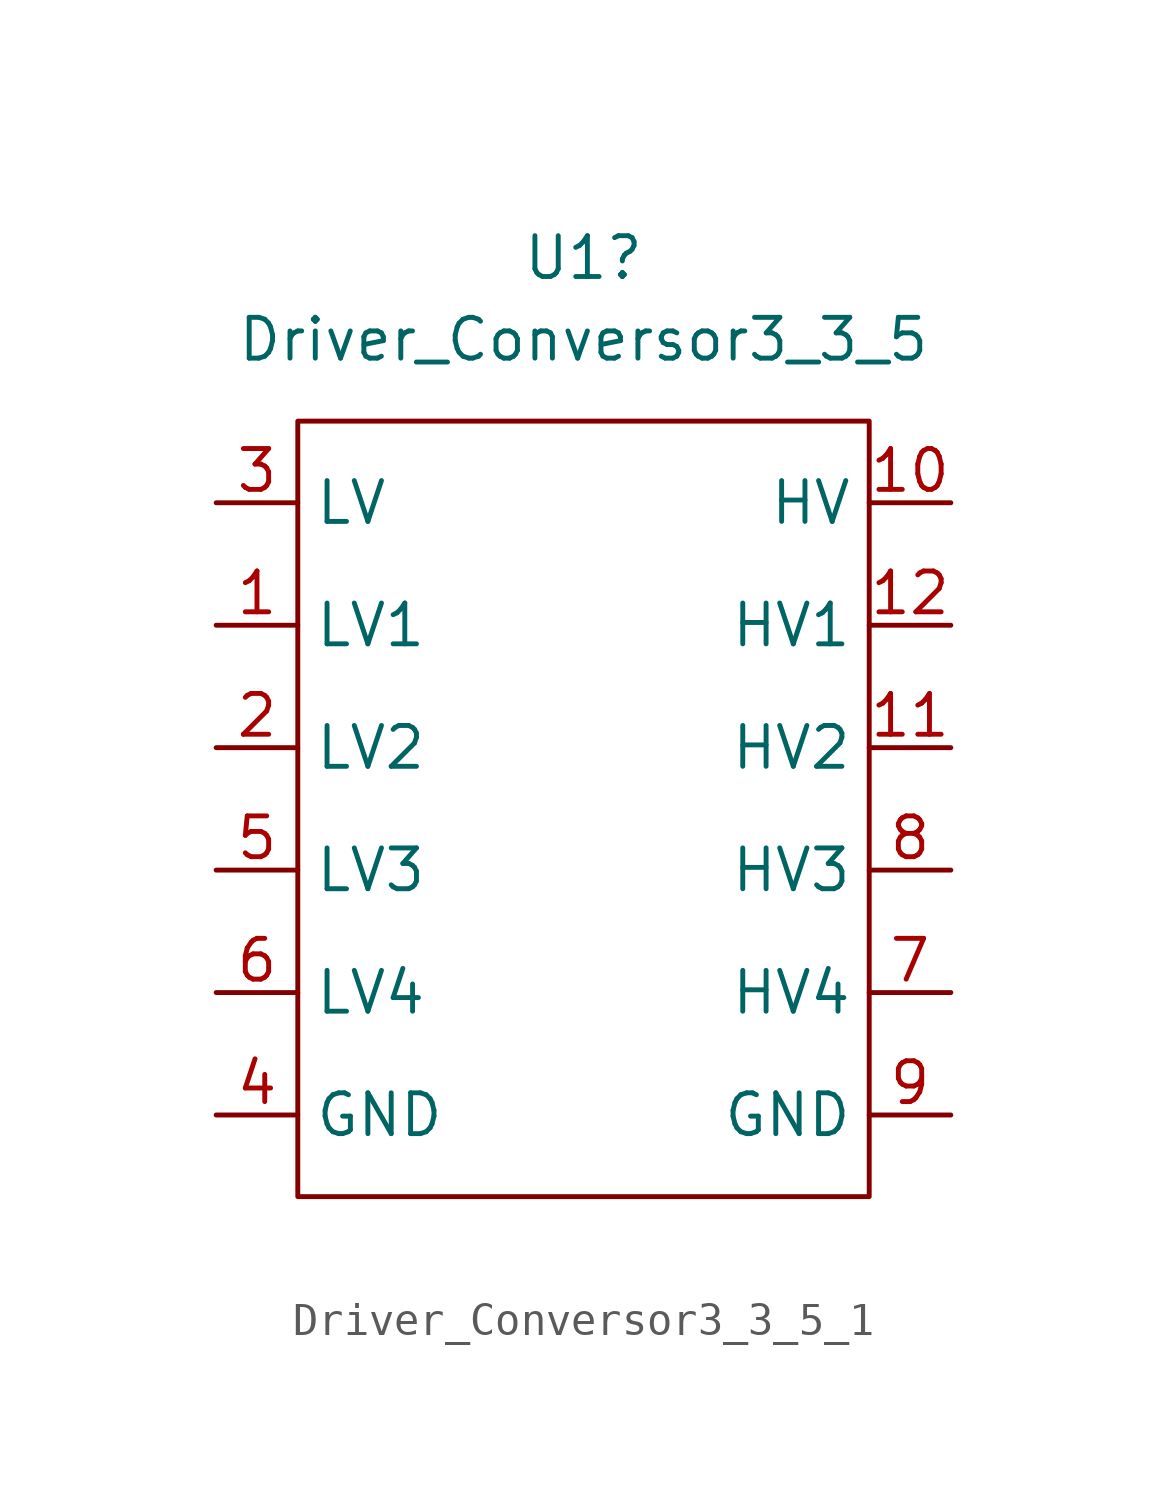
<source format=kicad_sym>
(kicad_symbol_lib
  (version 20211014)
  (generator kicad_symbol_editor)
  (symbol "Driver_Conversor3_3_5_1"
    (property "Reference" "U1"
      (at 15.24 -1.27 0)
      (effects (font (size 1.27 1.27))))
    (property "Value" "Driver_Conversor3_3_5"
      (at 15.24 -3.81 0)
      (effects (font (size 1.27 1.27))))
    (symbol "Driver_Conversor3_3_5_1_0_0"
      (rectangle (start 6.35 -6.35) (end 24.13 -30.48) (stroke (width 0) (type default) (color 0 0 0 0)) (fill (type none))))
    (symbol "Driver_Conversor3_3_5_1_1_1"
      (pin bidirectional line (at 3.81 -12.7 0) (length 2.54) (name "LV1" (effects (font (size 1.27 1.27)))) (number "1" (effects (font (size 1.27 1.27)))))
      (pin power_in line (at 26.67 -8.89 180) (length 2.54) (name "HV" (effects (font (size 1.27 1.27)))) (number "10" (effects (font (size 1.27 1.27)))))
      (pin bidirectional line (at 26.67 -16.51 180) (length 2.54) (name "HV2" (effects (font (size 1.27 1.27)))) (number "11" (effects (font (size 1.27 1.27)))))
      (pin bidirectional line (at 26.67 -12.7 180) (length 2.54) (name "HV1" (effects (font (size 1.27 1.27)))) (number "12" (effects (font (size 1.27 1.27)))))
      (pin bidirectional line (at 3.81 -16.51 0) (length 2.54) (name "LV2" (effects (font (size 1.27 1.27)))) (number "2" (effects (font (size 1.27 1.27)))))
      (pin power_in line (at 3.81 -8.89 0) (length 2.54) (name "LV" (effects (font (size 1.27 1.27)))) (number "3" (effects (font (size 1.27 1.27)))))
      (pin power_in line (at 3.81 -27.94 0) (length 2.54) (name "GND" (effects (font (size 1.27 1.27)))) (number "4" (effects (font (size 1.27 1.27)))))
      (pin bidirectional line (at 3.81 -20.32 0) (length 2.54) (name "LV3" (effects (font (size 1.27 1.27)))) (number "5" (effects (font (size 1.27 1.27)))))
      (pin bidirectional line (at 3.81 -24.13 0) (length 2.54) (name "LV4" (effects (font (size 1.27 1.27)))) (number "6" (effects (font (size 1.27 1.27)))))
      (pin bidirectional line (at 26.67 -24.13 180) (length 2.54) (name "HV4" (effects (font (size 1.27 1.27)))) (number "7" (effects (font (size 1.27 1.27)))))
      (pin bidirectional line (at 26.67 -20.32 180) (length 2.54) (name "HV3" (effects (font (size 1.27 1.27)))) (number "8" (effects (font (size 1.27 1.27)))))
      (pin power_in line (at 26.67 -27.94 180) (length 2.54) (name "GND" (effects (font (size 1.27 1.27)))) (number "9" (effects (font (size 1.27 1.27))))))))
</source>
